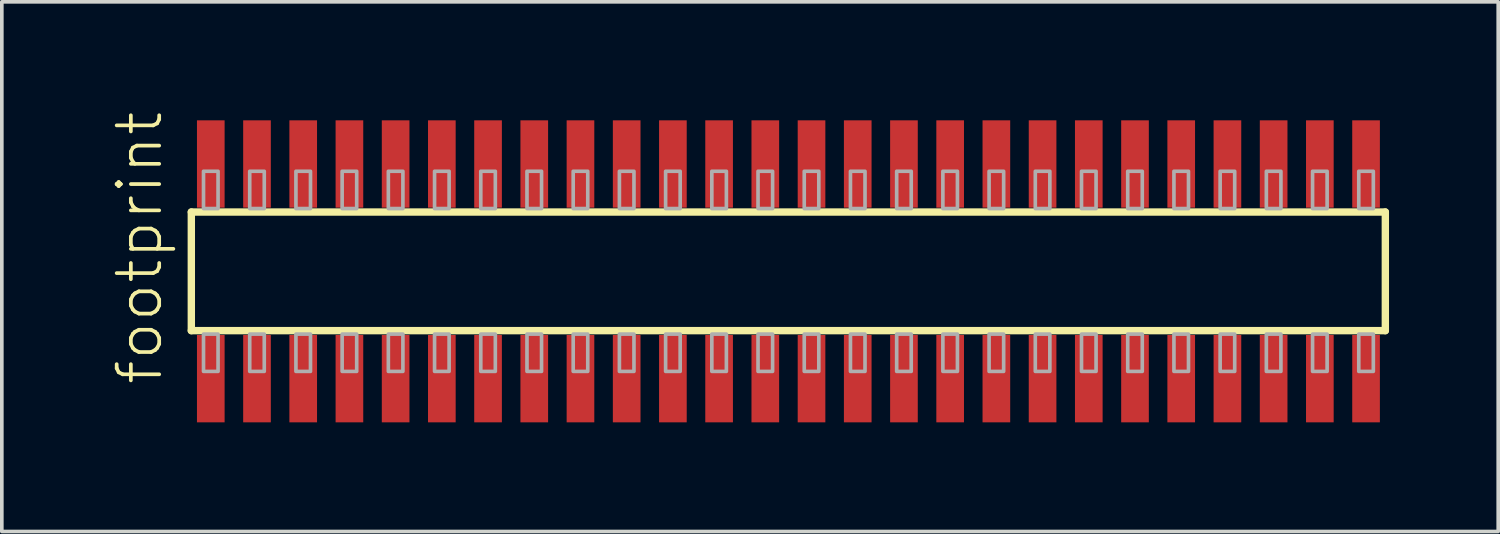
<source format=kicad_pcb>
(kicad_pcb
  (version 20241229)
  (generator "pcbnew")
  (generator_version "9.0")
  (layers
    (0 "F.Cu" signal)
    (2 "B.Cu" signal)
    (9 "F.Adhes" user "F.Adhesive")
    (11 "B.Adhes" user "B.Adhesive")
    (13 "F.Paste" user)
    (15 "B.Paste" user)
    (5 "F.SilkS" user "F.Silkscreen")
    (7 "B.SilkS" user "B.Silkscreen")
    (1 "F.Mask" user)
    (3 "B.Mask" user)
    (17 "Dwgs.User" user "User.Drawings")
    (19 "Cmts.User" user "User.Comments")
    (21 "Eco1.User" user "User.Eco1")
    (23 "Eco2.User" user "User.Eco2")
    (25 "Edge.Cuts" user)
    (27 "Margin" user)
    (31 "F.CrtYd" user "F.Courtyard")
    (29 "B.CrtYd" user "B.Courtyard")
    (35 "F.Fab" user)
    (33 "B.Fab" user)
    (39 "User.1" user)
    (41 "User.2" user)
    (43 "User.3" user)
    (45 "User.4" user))
  (footprint "footprint"
    (layer "F.Cu")
    (at 18.618 4.407)
    (property "Reference" "footprint" (at -17.145 3.175 90) (layer "F.SilkS") (effects (font (size 1.168 1.168) (thickness 0.102)) (justify left bottom)))
    (fp_line (start -16.41 -1.63) (end 16.405 -1.63) (stroke (width 0.203) (type solid)) (layer "F.SilkS"))
    (fp_line (start -16.41 1.63) (end -16.41 -1.63) (stroke (width 0.203) (type solid)) (layer "F.SilkS"))
    (fp_line (start 16.405 -1.63) (end 16.405 1.63) (stroke (width 0.203) (type solid)) (layer "F.SilkS"))
    (fp_line (start 16.405 1.63) (end -16.41 1.63) (stroke (width 0.203) (type solid)) (layer "F.SilkS"))
    (fp_poly (pts (xy -16.075 -1.725) (xy -15.675 -1.725) (xy -15.675 -2.75) (xy -16.075 -2.75)) (stroke (width 0.1) (type solid)) (fill no) (layer "F.Fab"))
    (fp_poly (pts (xy -15.675 1.725) (xy -16.075 1.725) (xy -16.075 2.75) (xy -15.675 2.75)) (stroke (width 0.1) (type solid)) (fill no) (layer "F.Fab"))
    (fp_poly (pts (xy -14.805 -1.725) (xy -14.405 -1.725) (xy -14.405 -2.75) (xy -14.805 -2.75)) (stroke (width 0.1) (type solid)) (fill no) (layer "F.Fab"))
    (fp_poly (pts (xy -14.405 1.725) (xy -14.805 1.725) (xy -14.805 2.75) (xy -14.405 2.75)) (stroke (width 0.1) (type solid)) (fill no) (layer "F.Fab"))
    (fp_poly (pts (xy -13.535 -1.725) (xy -13.135 -1.725) (xy -13.135 -2.75) (xy -13.535 -2.75)) (stroke (width 0.1) (type solid)) (fill no) (layer "F.Fab"))
    (fp_poly (pts (xy -13.135 1.725) (xy -13.535 1.725) (xy -13.535 2.75) (xy -13.135 2.75)) (stroke (width 0.1) (type solid)) (fill no) (layer "F.Fab"))
    (fp_poly (pts (xy -12.265 -1.725) (xy -11.865 -1.725) (xy -11.865 -2.75) (xy -12.265 -2.75)) (stroke (width 0.1) (type solid)) (fill no) (layer "F.Fab"))
    (fp_poly (pts (xy -11.865 1.725) (xy -12.265 1.725) (xy -12.265 2.75) (xy -11.865 2.75)) (stroke (width 0.1) (type solid)) (fill no) (layer "F.Fab"))
    (fp_poly (pts (xy -10.995 -1.725) (xy -10.595 -1.725) (xy -10.595 -2.75) (xy -10.995 -2.75)) (stroke (width 0.1) (type solid)) (fill no) (layer "F.Fab"))
    (fp_poly (pts (xy -10.595 1.725) (xy -10.995 1.725) (xy -10.995 2.75) (xy -10.595 2.75)) (stroke (width 0.1) (type solid)) (fill no) (layer "F.Fab"))
    (fp_poly (pts (xy -9.725 -1.725) (xy -9.325 -1.725) (xy -9.325 -2.75) (xy -9.725 -2.75)) (stroke (width 0.1) (type solid)) (fill no) (layer "F.Fab"))
    (fp_poly (pts (xy -9.325 1.725) (xy -9.725 1.725) (xy -9.725 2.75) (xy -9.325 2.75)) (stroke (width 0.1) (type solid)) (fill no) (layer "F.Fab"))
    (fp_poly (pts (xy -8.455 -1.725) (xy -8.055 -1.725) (xy -8.055 -2.75) (xy -8.455 -2.75)) (stroke (width 0.1) (type solid)) (fill no) (layer "F.Fab"))
    (fp_poly (pts (xy -8.055 1.725) (xy -8.455 1.725) (xy -8.455 2.75) (xy -8.055 2.75)) (stroke (width 0.1) (type solid)) (fill no) (layer "F.Fab"))
    (fp_poly (pts (xy -7.185 -1.725) (xy -6.785 -1.725) (xy -6.785 -2.75) (xy -7.185 -2.75)) (stroke (width 0.1) (type solid)) (fill no) (layer "F.Fab"))
    (fp_poly (pts (xy -6.785 1.725) (xy -7.185 1.725) (xy -7.185 2.75) (xy -6.785 2.75)) (stroke (width 0.1) (type solid)) (fill no) (layer "F.Fab"))
    (fp_poly (pts (xy -5.915 -1.725) (xy -5.515 -1.725) (xy -5.515 -2.75) (xy -5.915 -2.75)) (stroke (width 0.1) (type solid)) (fill no) (layer "F.Fab"))
    (fp_poly (pts (xy -5.515 1.725) (xy -5.915 1.725) (xy -5.915 2.75) (xy -5.515 2.75)) (stroke (width 0.1) (type solid)) (fill no) (layer "F.Fab"))
    (fp_poly (pts (xy -4.645 -1.725) (xy -4.245 -1.725) (xy -4.245 -2.75) (xy -4.645 -2.75)) (stroke (width 0.1) (type solid)) (fill no) (layer "F.Fab"))
    (fp_poly (pts (xy -4.245 1.725) (xy -4.645 1.725) (xy -4.645 2.75) (xy -4.245 2.75)) (stroke (width 0.1) (type solid)) (fill no) (layer "F.Fab"))
    (fp_poly (pts (xy -3.375 -1.725) (xy -2.975 -1.725) (xy -2.975 -2.75) (xy -3.375 -2.75)) (stroke (width 0.1) (type solid)) (fill no) (layer "F.Fab"))
    (fp_poly (pts (xy -2.975 1.725) (xy -3.375 1.725) (xy -3.375 2.75) (xy -2.975 2.75)) (stroke (width 0.1) (type solid)) (fill no) (layer "F.Fab"))
    (fp_poly (pts (xy -2.105 -1.725) (xy -1.705 -1.725) (xy -1.705 -2.75) (xy -2.105 -2.75)) (stroke (width 0.1) (type solid)) (fill no) (layer "F.Fab"))
    (fp_poly (pts (xy -1.705 1.725) (xy -2.105 1.725) (xy -2.105 2.75) (xy -1.705 2.75)) (stroke (width 0.1) (type solid)) (fill no) (layer "F.Fab"))
    (fp_poly (pts (xy -0.835 -1.725) (xy -0.435 -1.725) (xy -0.435 -2.75) (xy -0.835 -2.75)) (stroke (width 0.1) (type solid)) (fill no) (layer "F.Fab"))
    (fp_poly (pts (xy -0.435 1.725) (xy -0.835 1.725) (xy -0.835 2.75) (xy -0.435 2.75)) (stroke (width 0.1) (type solid)) (fill no) (layer "F.Fab"))
    (fp_poly (pts (xy 0.435 -1.725) (xy 0.835 -1.725) (xy 0.835 -2.75) (xy 0.435 -2.75)) (stroke (width 0.1) (type solid)) (fill no) (layer "F.Fab"))
    (fp_poly (pts (xy 0.835 1.725) (xy 0.435 1.725) (xy 0.435 2.75) (xy 0.835 2.75)) (stroke (width 0.1) (type solid)) (fill no) (layer "F.Fab"))
    (fp_poly (pts (xy 1.705 -1.725) (xy 2.105 -1.725) (xy 2.105 -2.75) (xy 1.705 -2.75)) (stroke (width 0.1) (type solid)) (fill no) (layer "F.Fab"))
    (fp_poly (pts (xy 2.105 1.725) (xy 1.705 1.725) (xy 1.705 2.75) (xy 2.105 2.75)) (stroke (width 0.1) (type solid)) (fill no) (layer "F.Fab"))
    (fp_poly (pts (xy 2.975 -1.725) (xy 3.375 -1.725) (xy 3.375 -2.75) (xy 2.975 -2.75)) (stroke (width 0.1) (type solid)) (fill no) (layer "F.Fab"))
    (fp_poly (pts (xy 3.375 1.725) (xy 2.975 1.725) (xy 2.975 2.75) (xy 3.375 2.75)) (stroke (width 0.1) (type solid)) (fill no) (layer "F.Fab"))
    (fp_poly (pts (xy 4.245 -1.725) (xy 4.645 -1.725) (xy 4.645 -2.75) (xy 4.245 -2.75)) (stroke (width 0.1) (type solid)) (fill no) (layer "F.Fab"))
    (fp_poly (pts (xy 4.645 1.725) (xy 4.245 1.725) (xy 4.245 2.75) (xy 4.645 2.75)) (stroke (width 0.1) (type solid)) (fill no) (layer "F.Fab"))
    (fp_poly (pts (xy 5.515 -1.725) (xy 5.915 -1.725) (xy 5.915 -2.75) (xy 5.515 -2.75)) (stroke (width 0.1) (type solid)) (fill no) (layer "F.Fab"))
    (fp_poly (pts (xy 5.915 1.725) (xy 5.515 1.725) (xy 5.515 2.75) (xy 5.915 2.75)) (stroke (width 0.1) (type solid)) (fill no) (layer "F.Fab"))
    (fp_poly (pts (xy 6.785 -1.725) (xy 7.185 -1.725) (xy 7.185 -2.75) (xy 6.785 -2.75)) (stroke (width 0.1) (type solid)) (fill no) (layer "F.Fab"))
    (fp_poly (pts (xy 7.185 1.725) (xy 6.785 1.725) (xy 6.785 2.75) (xy 7.185 2.75)) (stroke (width 0.1) (type solid)) (fill no) (layer "F.Fab"))
    (fp_poly (pts (xy 8.055 -1.725) (xy 8.455 -1.725) (xy 8.455 -2.75) (xy 8.055 -2.75)) (stroke (width 0.1) (type solid)) (fill no) (layer "F.Fab"))
    (fp_poly (pts (xy 8.455 1.725) (xy 8.055 1.725) (xy 8.055 2.75) (xy 8.455 2.75)) (stroke (width 0.1) (type solid)) (fill no) (layer "F.Fab"))
    (fp_poly (pts (xy 9.325 -1.725) (xy 9.725 -1.725) (xy 9.725 -2.75) (xy 9.325 -2.75)) (stroke (width 0.1) (type solid)) (fill no) (layer "F.Fab"))
    (fp_poly (pts (xy 9.725 1.725) (xy 9.325 1.725) (xy 9.325 2.75) (xy 9.725 2.75)) (stroke (width 0.1) (type solid)) (fill no) (layer "F.Fab"))
    (fp_poly (pts (xy 10.595 -1.725) (xy 10.995 -1.725) (xy 10.995 -2.75) (xy 10.595 -2.75)) (stroke (width 0.1) (type solid)) (fill no) (layer "F.Fab"))
    (fp_poly (pts (xy 10.995 1.725) (xy 10.595 1.725) (xy 10.595 2.75) (xy 10.995 2.75)) (stroke (width 0.1) (type solid)) (fill no) (layer "F.Fab"))
    (fp_poly (pts (xy 11.865 -1.725) (xy 12.265 -1.725) (xy 12.265 -2.75) (xy 11.865 -2.75)) (stroke (width 0.1) (type solid)) (fill no) (layer "F.Fab"))
    (fp_poly (pts (xy 12.265 1.725) (xy 11.865 1.725) (xy 11.865 2.75) (xy 12.265 2.75)) (stroke (width 0.1) (type solid)) (fill no) (layer "F.Fab"))
    (fp_poly (pts (xy 13.135 -1.725) (xy 13.535 -1.725) (xy 13.535 -2.75) (xy 13.135 -2.75)) (stroke (width 0.1) (type solid)) (fill no) (layer "F.Fab"))
    (fp_poly (pts (xy 13.535 1.725) (xy 13.135 1.725) (xy 13.135 2.75) (xy 13.535 2.75)) (stroke (width 0.1) (type solid)) (fill no) (layer "F.Fab"))
    (fp_poly (pts (xy 14.405 -1.725) (xy 14.805 -1.725) (xy 14.805 -2.75) (xy 14.405 -2.75)) (stroke (width 0.1) (type solid)) (fill no) (layer "F.Fab"))
    (fp_poly (pts (xy 14.805 1.725) (xy 14.405 1.725) (xy 14.405 2.75) (xy 14.805 2.75)) (stroke (width 0.1) (type solid)) (fill no) (layer "F.Fab"))
    (fp_poly (pts (xy 15.675 -1.725) (xy 16.075 -1.725) (xy 16.075 -2.75) (xy 15.675 -2.75)) (stroke (width 0.1) (type solid)) (fill no) (layer "F.Fab"))
    (fp_poly (pts (xy 16.075 1.725) (xy 15.675 1.725) (xy 15.675 2.75) (xy 16.075 2.75)) (stroke (width 0.1) (type solid)) (fill no) (layer "F.Fab"))
    (pad "1" smd rect (at -15.875 2.95) (size 0.76 2.4) (layers "F.Cu" "F.Mask" "F.Paste"))
    (pad "2" smd rect (at -15.875 -2.95) (size 0.76 2.4) (layers "F.Cu" "F.Mask" "F.Paste"))
    (pad "3" smd rect (at -14.605 2.95) (size 0.76 2.4) (layers "F.Cu" "F.Mask" "F.Paste"))
    (pad "4" smd rect (at -14.605 -2.95) (size 0.76 2.4) (layers "F.Cu" "F.Mask" "F.Paste"))
    (pad "5" smd rect (at -13.335 2.95) (size 0.76 2.4) (layers "F.Cu" "F.Mask" "F.Paste"))
    (pad "6" smd rect (at -13.335 -2.95) (size 0.76 2.4) (layers "F.Cu" "F.Mask" "F.Paste"))
    (pad "7" smd rect (at -12.065 2.95) (size 0.76 2.4) (layers "F.Cu" "F.Mask" "F.Paste"))
    (pad "8" smd rect (at -12.065 -2.95) (size 0.76 2.4) (layers "F.Cu" "F.Mask" "F.Paste"))
    (pad "9" smd rect (at -10.795 2.95) (size 0.76 2.4) (layers "F.Cu" "F.Mask" "F.Paste"))
    (pad "10" smd rect (at -10.795 -2.95) (size 0.76 2.4) (layers "F.Cu" "F.Mask" "F.Paste"))
    (pad "11" smd rect (at -9.525 2.95) (size 0.76 2.4) (layers "F.Cu" "F.Mask" "F.Paste"))
    (pad "12" smd rect (at -9.525 -2.95) (size 0.76 2.4) (layers "F.Cu" "F.Mask" "F.Paste"))
    (pad "13" smd rect (at -8.255 2.95) (size 0.76 2.4) (layers "F.Cu" "F.Mask" "F.Paste"))
    (pad "14" smd rect (at -8.255 -2.95) (size 0.76 2.4) (layers "F.Cu" "F.Mask" "F.Paste"))
    (pad "15" smd rect (at -6.985 2.95) (size 0.76 2.4) (layers "F.Cu" "F.Mask" "F.Paste"))
    (pad "16" smd rect (at -6.985 -2.95) (size 0.76 2.4) (layers "F.Cu" "F.Mask" "F.Paste"))
    (pad "17" smd rect (at -5.715 2.95) (size 0.76 2.4) (layers "F.Cu" "F.Mask" "F.Paste"))
    (pad "18" smd rect (at -5.715 -2.95) (size 0.76 2.4) (layers "F.Cu" "F.Mask" "F.Paste"))
    (pad "19" smd rect (at -4.445 2.95) (size 0.76 2.4) (layers "F.Cu" "F.Mask" "F.Paste"))
    (pad "20" smd rect (at -4.445 -2.95) (size 0.76 2.4) (layers "F.Cu" "F.Mask" "F.Paste"))
    (pad "21" smd rect (at -3.175 2.95) (size 0.76 2.4) (layers "F.Cu" "F.Mask" "F.Paste"))
    (pad "22" smd rect (at -3.175 -2.95) (size 0.76 2.4) (layers "F.Cu" "F.Mask" "F.Paste"))
    (pad "23" smd rect (at -1.905 2.95) (size 0.76 2.4) (layers "F.Cu" "F.Mask" "F.Paste"))
    (pad "24" smd rect (at -1.905 -2.95) (size 0.76 2.4) (layers "F.Cu" "F.Mask" "F.Paste"))
    (pad "25" smd rect (at -0.635 2.95) (size 0.76 2.4) (layers "F.Cu" "F.Mask" "F.Paste"))
    (pad "26" smd rect (at -0.635 -2.95) (size 0.76 2.4) (layers "F.Cu" "F.Mask" "F.Paste"))
    (pad "27" smd rect (at 0.635 2.95) (size 0.76 2.4) (layers "F.Cu" "F.Mask" "F.Paste"))
    (pad "28" smd rect (at 0.635 -2.95) (size 0.76 2.4) (layers "F.Cu" "F.Mask" "F.Paste"))
    (pad "29" smd rect (at 1.905 2.95) (size 0.76 2.4) (layers "F.Cu" "F.Mask" "F.Paste"))
    (pad "30" smd rect (at 1.905 -2.95) (size 0.76 2.4) (layers "F.Cu" "F.Mask" "F.Paste"))
    (pad "31" smd rect (at 3.175 2.95) (size 0.76 2.4) (layers "F.Cu" "F.Mask" "F.Paste"))
    (pad "32" smd rect (at 3.175 -2.95) (size 0.76 2.4) (layers "F.Cu" "F.Mask" "F.Paste"))
    (pad "33" smd rect (at 4.445 2.95) (size 0.76 2.4) (layers "F.Cu" "F.Mask" "F.Paste"))
    (pad "34" smd rect (at 4.445 -2.95) (size 0.76 2.4) (layers "F.Cu" "F.Mask" "F.Paste"))
    (pad "35" smd rect (at 5.715 2.95) (size 0.76 2.4) (layers "F.Cu" "F.Mask" "F.Paste"))
    (pad "36" smd rect (at 5.715 -2.95) (size 0.76 2.4) (layers "F.Cu" "F.Mask" "F.Paste"))
    (pad "37" smd rect (at 6.985 2.95) (size 0.76 2.4) (layers "F.Cu" "F.Mask" "F.Paste"))
    (pad "38" smd rect (at 6.985 -2.95) (size 0.76 2.4) (layers "F.Cu" "F.Mask" "F.Paste"))
    (pad "39" smd rect (at 8.255 2.95) (size 0.76 2.4) (layers "F.Cu" "F.Mask" "F.Paste"))
    (pad "40" smd rect (at 8.255 -2.95) (size 0.76 2.4) (layers "F.Cu" "F.Mask" "F.Paste"))
    (pad "41" smd rect (at 9.525 2.95) (size 0.76 2.4) (layers "F.Cu" "F.Mask" "F.Paste"))
    (pad "42" smd rect (at 9.525 -2.95) (size 0.76 2.4) (layers "F.Cu" "F.Mask" "F.Paste"))
    (pad "43" smd rect (at 10.795 2.95) (size 0.76 2.4) (layers "F.Cu" "F.Mask" "F.Paste"))
    (pad "44" smd rect (at 10.795 -2.95) (size 0.76 2.4) (layers "F.Cu" "F.Mask" "F.Paste"))
    (pad "45" smd rect (at 12.065 2.95) (size 0.76 2.4) (layers "F.Cu" "F.Mask" "F.Paste"))
    (pad "46" smd rect (at 12.065 -2.95) (size 0.76 2.4) (layers "F.Cu" "F.Mask" "F.Paste"))
    (pad "47" smd rect (at 13.335 2.95) (size 0.76 2.4) (layers "F.Cu" "F.Mask" "F.Paste"))
    (pad "48" smd rect (at 13.335 -2.95) (size 0.76 2.4) (layers "F.Cu" "F.Mask" "F.Paste"))
    (pad "49" smd rect (at 14.605 2.95) (size 0.76 2.4) (layers "F.Cu" "F.Mask" "F.Paste"))
    (pad "50" smd rect (at 14.605 -2.95) (size 0.76 2.4) (layers "F.Cu" "F.Mask" "F.Paste"))
    (pad "51" smd rect (at 15.875 2.95) (size 0.76 2.4) (layers "F.Cu" "F.Mask" "F.Paste"))
    (pad "52" smd rect (at 15.875 -2.95) (size 0.76 2.4) (layers "F.Cu" "F.Mask" "F.Paste")))
  (gr_rect
    (start -3 -3)
    (end 38.125 11.557)
    (stroke (width 0.1) (type default))
    (fill no)
    (layer "Edge.Cuts")))
</source>
